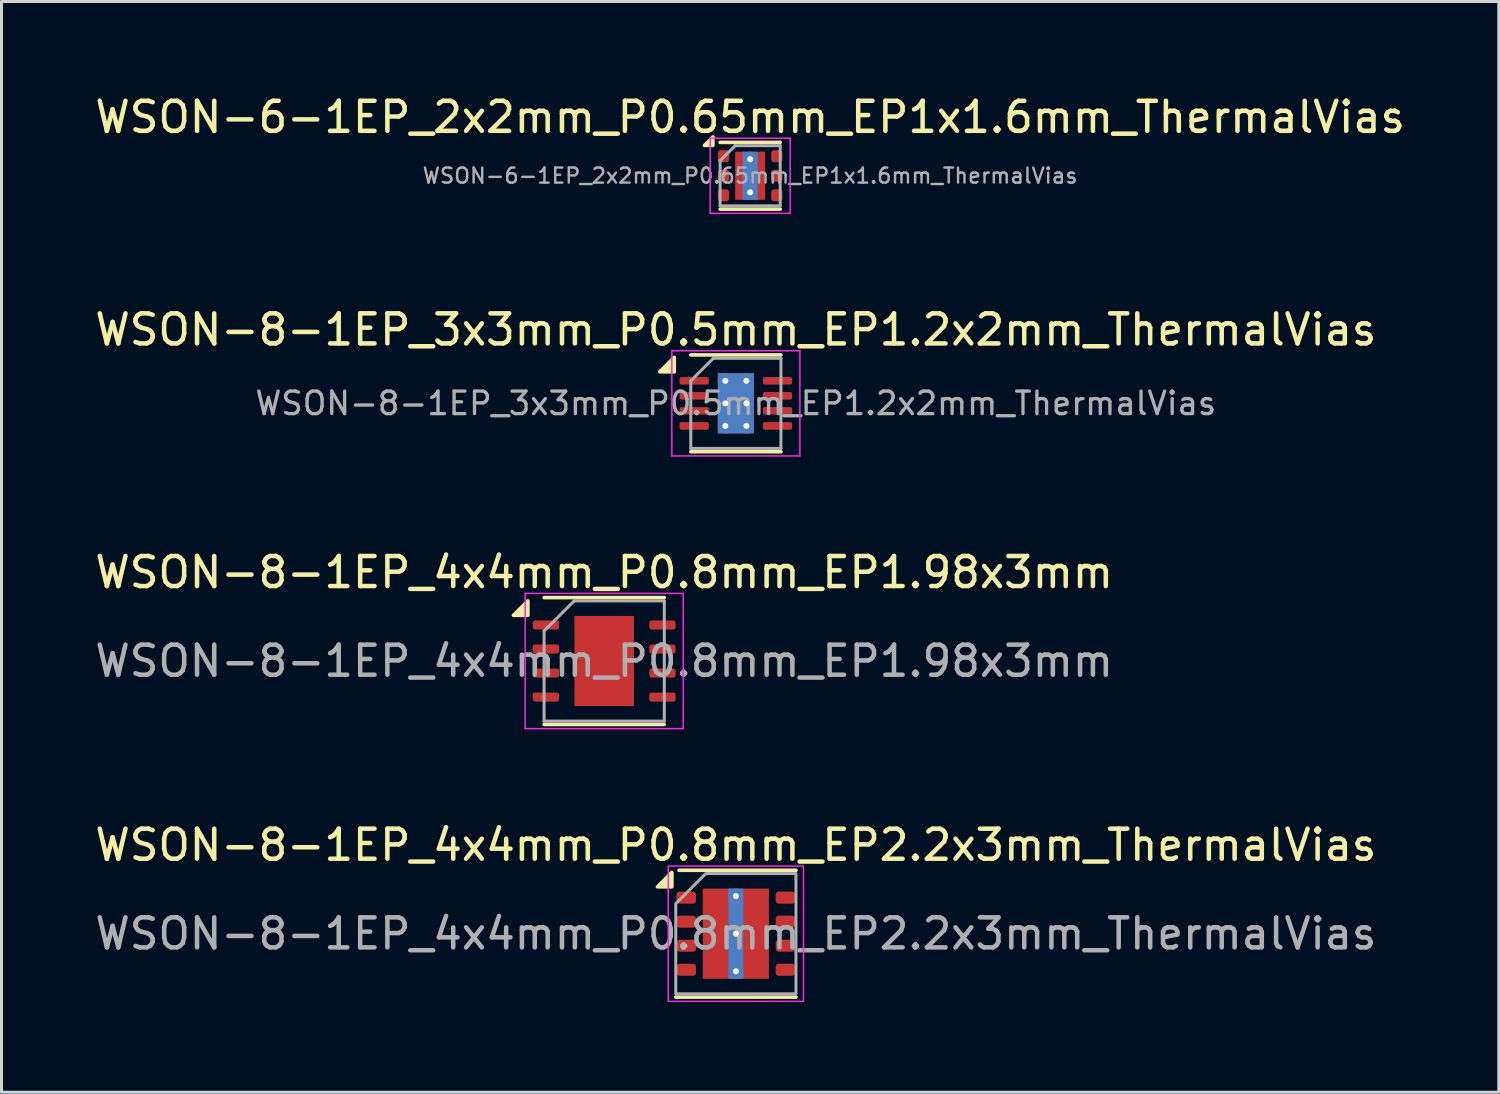
<source format=kicad_pcb>
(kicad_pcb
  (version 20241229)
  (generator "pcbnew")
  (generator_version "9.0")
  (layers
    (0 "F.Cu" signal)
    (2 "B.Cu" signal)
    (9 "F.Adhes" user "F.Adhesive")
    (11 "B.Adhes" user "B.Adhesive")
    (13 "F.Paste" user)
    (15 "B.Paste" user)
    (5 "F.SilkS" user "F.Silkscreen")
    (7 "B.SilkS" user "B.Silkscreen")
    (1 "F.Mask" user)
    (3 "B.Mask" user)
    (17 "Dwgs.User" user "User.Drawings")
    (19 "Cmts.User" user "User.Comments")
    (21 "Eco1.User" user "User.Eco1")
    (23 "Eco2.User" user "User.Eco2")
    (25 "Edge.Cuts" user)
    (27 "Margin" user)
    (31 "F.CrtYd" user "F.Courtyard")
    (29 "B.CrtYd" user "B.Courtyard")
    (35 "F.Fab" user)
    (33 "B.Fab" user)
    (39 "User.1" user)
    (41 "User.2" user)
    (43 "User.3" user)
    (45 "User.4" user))
  (footprint "WSON-8-1EP_4x4mm_P0.8mm_EP2.2x3mm_ThermalVias"
    (layer "F.Cu")
    (at 21.435 28.018)
    (property "Reference" "WSON-8-1EP_4x4mm_P0.8mm_EP2.2x3mm_ThermalVias" (at 0 -2.95 0) (layer "F.SilkS") (effects (font (size 1 1) (thickness 0.15))))
    (attr smd)
    (fp_line (start -2 2.11) (end 2 2.11) (stroke (width 0.12) (type solid)) (layer "F.SilkS"))
    (fp_line (start -1.89 -2.11) (end 2 -2.11) (stroke (width 0.12) (type solid)) (layer "F.SilkS"))
    (fp_poly (pts (xy -2.13 -1.56) (xy -2.61 -1.56) (xy -2.13 -2.04)) (stroke (width 0.12) (type solid)) (fill yes) (layer "F.SilkS"))
    (fp_rect (start -2.25 -2.25) (end 2.25 2.25) (stroke (width 0.05) (type solid)) (fill no) (layer "F.CrtYd"))
    (fp_poly (pts (xy -2 -1) (xy -2 2) (xy 2 2) (xy 2 -2) (xy -1 -2)) (stroke (width 0.1) (type solid)) (fill no) (layer "F.Fab"))
    (fp_text user "${REFERENCE}" (at 0 0 0) (layer "F.Fab") (effects (font (size 1 1) (thickness 0.15))))
    (pad "" smd roundrect (at -0.55 -0.625) (size 0.887 1.008) (layers "F.Paste") (roundrect_rratio 0.25))
    (pad "" smd roundrect (at -0.55 0.625) (size 0.887 1.008) (layers "F.Paste") (roundrect_rratio 0.25))
    (pad "" smd roundrect (at 0.55 -0.625) (size 0.887 1.008) (layers "F.Paste") (roundrect_rratio 0.25))
    (pad "" smd roundrect (at 0.55 0.625) (size 0.887 1.008) (layers "F.Paste") (roundrect_rratio 0.25))
    (pad "1" smd roundrect (at -1.65 -1.2) (size 0.65 0.4) (layers "F.Cu" "F.Mask" "F.Paste") (roundrect_rratio 0.25))
    (pad "2" smd roundrect (at -1.65 -0.4) (size 0.65 0.4) (layers "F.Cu" "F.Mask" "F.Paste") (roundrect_rratio 0.25))
    (pad "3" smd roundrect (at -1.65 0.4) (size 0.65 0.4) (layers "F.Cu" "F.Mask" "F.Paste") (roundrect_rratio 0.25))
    (pad "4" smd roundrect (at -1.65 1.2) (size 0.65 0.4) (layers "F.Cu" "F.Mask" "F.Paste") (roundrect_rratio 0.25))
    (pad "5" smd roundrect (at 1.65 1.2) (size 0.65 0.4) (layers "F.Cu" "F.Mask" "F.Paste") (roundrect_rratio 0.25))
    (pad "6" smd roundrect (at 1.65 0.4) (size 0.65 0.4) (layers "F.Cu" "F.Mask" "F.Paste") (roundrect_rratio 0.25))
    (pad "7" smd roundrect (at 1.65 -0.4) (size 0.65 0.4) (layers "F.Cu" "F.Mask" "F.Paste") (roundrect_rratio 0.25))
    (pad "8" smd roundrect (at 1.65 -1.2) (size 0.65 0.4) (layers "F.Cu" "F.Mask" "F.Paste") (roundrect_rratio 0.25))
    (pad "9" thru_hole circle (at 0 -1.25) (size 0.5 0.5) (drill 0.2) (property pad_prop_heatsink) (layers "*.Cu"))
    (pad "9" thru_hole circle (at 0 0) (size 0.5 0.5) (drill 0.2) (property pad_prop_heatsink) (layers "*.Cu"))
    (pad "9" smd rect (at 0 0) (size 0.5 3) (property pad_prop_heatsink) (layers "B.Cu"))
    (pad "9" smd rect (at 0 0) (size 2.2 3) (property pad_prop_heatsink) (layers "F.Cu" "F.Mask"))
    (pad "9" thru_hole circle (at 0 1.25) (size 0.5 0.5) (drill 0.2) (property pad_prop_heatsink) (layers "*.Cu")))
  (footprint "WSON-8-1EP_3x3mm_P0.5mm_EP1.2x2mm_ThermalVias"
    (layer "F.Cu")
    (at 21.435 10.371)
    (property "Reference" "WSON-8-1EP_3x3mm_P0.5mm_EP1.2x2mm_ThermalVias" (at 0 -2.45 0) (layer "F.SilkS") (effects (font (size 1 1) (thickness 0.15))))
    (attr smd)
    (fp_line (start -1.5 -1.61) (end 1.5 -1.61) (stroke (width 0.12) (type solid)) (layer "F.SilkS"))
    (fp_line (start -1.5 1.61) (end 1.5 1.61) (stroke (width 0.12) (type solid)) (layer "F.SilkS"))
    (fp_poly (pts (xy -2.05 -1.05) (xy -2.53 -1.05) (xy -2.05 -1.53) (xy -2.05 -1.05)) (stroke (width 0.12) (type solid)) (fill yes) (layer "F.SilkS"))
    (fp_line (start -2.13 -1.75) (end -2.13 1.75) (stroke (width 0.05) (type solid)) (layer "F.CrtYd"))
    (fp_line (start -2.13 1.75) (end 2.13 1.75) (stroke (width 0.05) (type solid)) (layer "F.CrtYd"))
    (fp_line (start 2.13 -1.75) (end -2.13 -1.75) (stroke (width 0.05) (type solid)) (layer "F.CrtYd"))
    (fp_line (start 2.13 1.75) (end 2.13 -1.75) (stroke (width 0.05) (type solid)) (layer "F.CrtYd"))
    (fp_line (start -1.5 -0.75) (end -0.75 -1.5) (stroke (width 0.1) (type solid)) (layer "F.Fab"))
    (fp_line (start -1.5 1.5) (end -1.5 -0.75) (stroke (width 0.1) (type solid)) (layer "F.Fab"))
    (fp_line (start -0.75 -1.5) (end 1.5 -1.5) (stroke (width 0.1) (type solid)) (layer "F.Fab"))
    (fp_line (start 1.5 -1.5) (end 1.5 1.5) (stroke (width 0.1) (type solid)) (layer "F.Fab"))
    (fp_line (start 1.5 1.5) (end -1.5 1.5) (stroke (width 0.1) (type solid)) (layer "F.Fab"))
    (fp_text user "${REFERENCE}" (at 0 0 0) (layer "F.Fab") (effects (font (size 0.75 0.75) (thickness 0.11))))
    (pad "" smd roundrect (at 0 -0.5) (size 1.04 0.87) (layers "F.Paste") (roundrect_rratio 0.25))
    (pad "" smd roundrect (at 0 0.5) (size 1.04 0.87) (layers "F.Paste") (roundrect_rratio 0.25))
    (pad "1" smd roundrect (at -1.387 -0.75) (size 0.975 0.25) (layers "F.Cu" "F.Mask" "F.Paste") (roundrect_rratio 0.25))
    (pad "2" smd roundrect (at -1.387 -0.25) (size 0.975 0.25) (layers "F.Cu" "F.Mask" "F.Paste") (roundrect_rratio 0.25))
    (pad "3" smd roundrect (at -1.387 0.25) (size 0.975 0.25) (layers "F.Cu" "F.Mask" "F.Paste") (roundrect_rratio 0.25))
    (pad "4" smd roundrect (at -1.387 0.75) (size 0.975 0.25) (layers "F.Cu" "F.Mask" "F.Paste") (roundrect_rratio 0.25))
    (pad "5" smd roundrect (at 1.387 0.75) (size 0.975 0.25) (layers "F.Cu" "F.Mask" "F.Paste") (roundrect_rratio 0.25))
    (pad "6" smd roundrect (at 1.387 0.25) (size 0.975 0.25) (layers "F.Cu" "F.Mask" "F.Paste") (roundrect_rratio 0.25))
    (pad "7" smd roundrect (at 1.387 -0.25) (size 0.975 0.25) (layers "F.Cu" "F.Mask" "F.Paste") (roundrect_rratio 0.25))
    (pad "8" smd roundrect (at 1.387 -0.75) (size 0.975 0.25) (layers "F.Cu" "F.Mask" "F.Paste") (roundrect_rratio 0.25))
    (pad "9" thru_hole circle (at -0.35 -0.75) (size 0.5 0.5) (drill 0.2) (property pad_prop_heatsink) (layers "*.Cu"))
    (pad "9" thru_hole circle (at -0.35 0) (size 0.5 0.5) (drill 0.2) (property pad_prop_heatsink) (layers "*.Cu"))
    (pad "9" thru_hole circle (at -0.35 0.75) (size 0.5 0.5) (drill 0.2) (property pad_prop_heatsink) (layers "*.Cu"))
    (pad "9" smd rect (at 0 0) (size 1.2 2) (property pad_prop_heatsink) (layers "F.Cu" "F.Mask"))
    (pad "9" smd rect (at 0 0) (size 1.2 2) (property pad_prop_heatsink) (layers "B.Cu"))
    (pad "9" thru_hole circle (at 0.35 -0.75) (size 0.5 0.5) (drill 0.2) (property pad_prop_heatsink) (layers "*.Cu"))
    (pad "9" thru_hole circle (at 0.35 0) (size 0.5 0.5) (drill 0.2) (property pad_prop_heatsink) (layers "*.Cu"))
    (pad "9" thru_hole circle (at 0.35 0.75) (size 0.5 0.5) (drill 0.2) (property pad_prop_heatsink) (layers "*.Cu")))
  (footprint "WSON-6-1EP_2x2mm_P0.65mm_EP1x1.6mm_ThermalVias"
    (layer "F.Cu")
    (at 21.911 2.798)
    (property "Reference" "WSON-6-1EP_2x2mm_P0.65mm_EP1x1.6mm_ThermalVias" (at 0 -1.95 0) (layer "F.SilkS") (effects (font (size 1 1) (thickness 0.15))))
    (attr smd)
    (fp_line (start -1 -1.11) (end 1 -1.11) (stroke (width 0.12) (type solid)) (layer "F.SilkS"))
    (fp_line (start -1 1.11) (end 1 1.11) (stroke (width 0.12) (type solid)) (layer "F.SilkS"))
    (fp_poly (pts (xy -1.24 -1.01) (xy -1.52 -1.01) (xy -1.24 -1.29) (xy -1.24 -1.01)) (stroke (width 0.12) (type solid)) (fill yes) (layer "F.SilkS"))
    (fp_line (start -1.33 -1.25) (end -1.33 1.25) (stroke (width 0.05) (type solid)) (layer "F.CrtYd"))
    (fp_line (start -1.33 1.25) (end 1.33 1.25) (stroke (width 0.05) (type solid)) (layer "F.CrtYd"))
    (fp_line (start 1.33 -1.25) (end -1.33 -1.25) (stroke (width 0.05) (type solid)) (layer "F.CrtYd"))
    (fp_line (start 1.33 1.25) (end 1.33 -1.25) (stroke (width 0.05) (type solid)) (layer "F.CrtYd"))
    (fp_line (start -1 -0.5) (end -0.5 -1) (stroke (width 0.1) (type solid)) (layer "F.Fab"))
    (fp_line (start -1 1) (end -1 -0.5) (stroke (width 0.1) (type solid)) (layer "F.Fab"))
    (fp_line (start -0.5 -1) (end 1 -1) (stroke (width 0.1) (type solid)) (layer "F.Fab"))
    (fp_line (start 1 -1) (end 1 1) (stroke (width 0.1) (type solid)) (layer "F.Fab"))
    (fp_line (start 1 1) (end -1 1) (stroke (width 0.1) (type solid)) (layer "F.Fab"))
    (fp_text user "${REFERENCE}" (at 0 0 0) (layer "F.Fab") (effects (font (size 0.5 0.5) (thickness 0.08))))
    (pad "" smd roundrect (at 0 -0.4) (size 0.87 0.69) (layers "F.Paste") (roundrect_rratio 0.25))
    (pad "" smd roundrect (at 0 0.4) (size 0.87 0.69) (layers "F.Paste") (roundrect_rratio 0.25))
    (pad "1" smd roundrect (at -0.887 -0.65) (size 0.375 0.4) (layers "F.Cu" "F.Mask" "F.Paste") (roundrect_rratio 0.25))
    (pad "2" smd roundrect (at -0.887 0) (size 0.375 0.4) (layers "F.Cu" "F.Mask" "F.Paste") (roundrect_rratio 0.25))
    (pad "3" smd roundrect (at -0.887 0.65) (size 0.375 0.4) (layers "F.Cu" "F.Mask" "F.Paste") (roundrect_rratio 0.25))
    (pad "4" smd roundrect (at 0.887 0.65) (size 0.375 0.4) (layers "F.Cu" "F.Mask" "F.Paste") (roundrect_rratio 0.25))
    (pad "5" smd roundrect (at 0.887 0) (size 0.375 0.4) (layers "F.Cu" "F.Mask" "F.Paste") (roundrect_rratio 0.25))
    (pad "6" smd roundrect (at 0.887 -0.65) (size 0.375 0.4) (layers "F.Cu" "F.Mask" "F.Paste") (roundrect_rratio 0.25))
    (pad "7" thru_hole circle (at 0 -0.55) (size 0.5 0.5) (drill 0.2) (property pad_prop_heatsink) (layers "*.Cu"))
    (pad "7" smd rect (at 0 0) (size 0.5 1.6) (property pad_prop_heatsink) (layers "B.Cu"))
    (pad "7" smd rect (at 0 0) (size 1 1.6) (property pad_prop_heatsink) (layers "F.Cu" "F.Mask"))
    (pad "7" thru_hole circle (at 0 0.55) (size 0.5 0.5) (drill 0.2) (property pad_prop_heatsink) (layers "*.Cu")))
  (footprint "WSON-8-1EP_4x4mm_P0.8mm_EP1.98x3mm"
    (layer "F.Cu")
    (at 17.054 18.945)
    (property "Reference" "WSON-8-1EP_4x4mm_P0.8mm_EP1.98x3mm" (at 0 -2.95 0) (layer "F.SilkS") (effects (font (size 1 1) (thickness 0.15))))
    (attr smd)
    (fp_line (start -2 -2.11) (end 2 -2.11) (stroke (width 0.12) (type solid)) (layer "F.SilkS"))
    (fp_line (start -2 2.11) (end 2 2.11) (stroke (width 0.12) (type solid)) (layer "F.SilkS"))
    (fp_poly (pts (xy -2.54 -1.52) (xy -3.02 -1.52) (xy -2.54 -2) (xy -2.54 -1.52)) (stroke (width 0.12) (type solid)) (fill yes) (layer "F.SilkS"))
    (fp_line (start -2.63 -2.25) (end -2.63 2.25) (stroke (width 0.05) (type solid)) (layer "F.CrtYd"))
    (fp_line (start -2.63 2.25) (end 2.63 2.25) (stroke (width 0.05) (type solid)) (layer "F.CrtYd"))
    (fp_line (start 2.63 -2.25) (end -2.63 -2.25) (stroke (width 0.05) (type solid)) (layer "F.CrtYd"))
    (fp_line (start 2.63 2.25) (end 2.63 -2.25) (stroke (width 0.05) (type solid)) (layer "F.CrtYd"))
    (fp_line (start -2 -1) (end -1 -2) (stroke (width 0.1) (type solid)) (layer "F.Fab"))
    (fp_line (start -2 2) (end -2 -1) (stroke (width 0.1) (type solid)) (layer "F.Fab"))
    (fp_line (start -1 -2) (end 2 -2) (stroke (width 0.1) (type solid)) (layer "F.Fab"))
    (fp_line (start 2 -2) (end 2 2) (stroke (width 0.1) (type solid)) (layer "F.Fab"))
    (fp_line (start 2 2) (end -2 2) (stroke (width 0.1) (type solid)) (layer "F.Fab"))
    (fp_text user "${REFERENCE}" (at 0 0 0) (layer "F.Fab") (effects (font (size 1 1) (thickness 0.15))))
    (pad "" smd roundrect (at -0.495 -0.75) (size 0.8 1.21) (layers "F.Paste") (roundrect_rratio 0.25))
    (pad "" smd roundrect (at -0.495 0.75) (size 0.8 1.21) (layers "F.Paste") (roundrect_rratio 0.25))
    (pad "" smd roundrect (at 0.495 -0.75) (size 0.8 1.21) (layers "F.Paste") (roundrect_rratio 0.25))
    (pad "" smd roundrect (at 0.495 0.75) (size 0.8 1.21) (layers "F.Paste") (roundrect_rratio 0.25))
    (pad "1" smd roundrect (at -1.938 -1.2) (size 0.875 0.3) (layers "F.Cu" "F.Mask" "F.Paste") (roundrect_rratio 0.25))
    (pad "2" smd roundrect (at -1.938 -0.4) (size 0.875 0.3) (layers "F.Cu" "F.Mask" "F.Paste") (roundrect_rratio 0.25))
    (pad "3" smd roundrect (at -1.938 0.4) (size 0.875 0.3) (layers "F.Cu" "F.Mask" "F.Paste") (roundrect_rratio 0.25))
    (pad "4" smd roundrect (at -1.938 1.2) (size 0.875 0.3) (layers "F.Cu" "F.Mask" "F.Paste") (roundrect_rratio 0.25))
    (pad "5" smd roundrect (at 1.938 1.2) (size 0.875 0.3) (layers "F.Cu" "F.Mask" "F.Paste") (roundrect_rratio 0.25))
    (pad "6" smd roundrect (at 1.938 0.4) (size 0.875 0.3) (layers "F.Cu" "F.Mask" "F.Paste") (roundrect_rratio 0.25))
    (pad "7" smd roundrect (at 1.938 -0.4) (size 0.875 0.3) (layers "F.Cu" "F.Mask" "F.Paste") (roundrect_rratio 0.25))
    (pad "8" smd roundrect (at 1.938 -1.2) (size 0.875 0.3) (layers "F.Cu" "F.Mask" "F.Paste") (roundrect_rratio 0.25))
    (pad "9" smd rect (at 0 0) (size 1.98 3) (property pad_prop_heatsink) (layers "F.Cu" "F.Mask")))
  (gr_rect
    (start -3 -3)
    (end 46.821 33.293)
    (stroke (width 0.1) (type default))
    (fill no)
    (layer "Edge.Cuts")))
</source>
